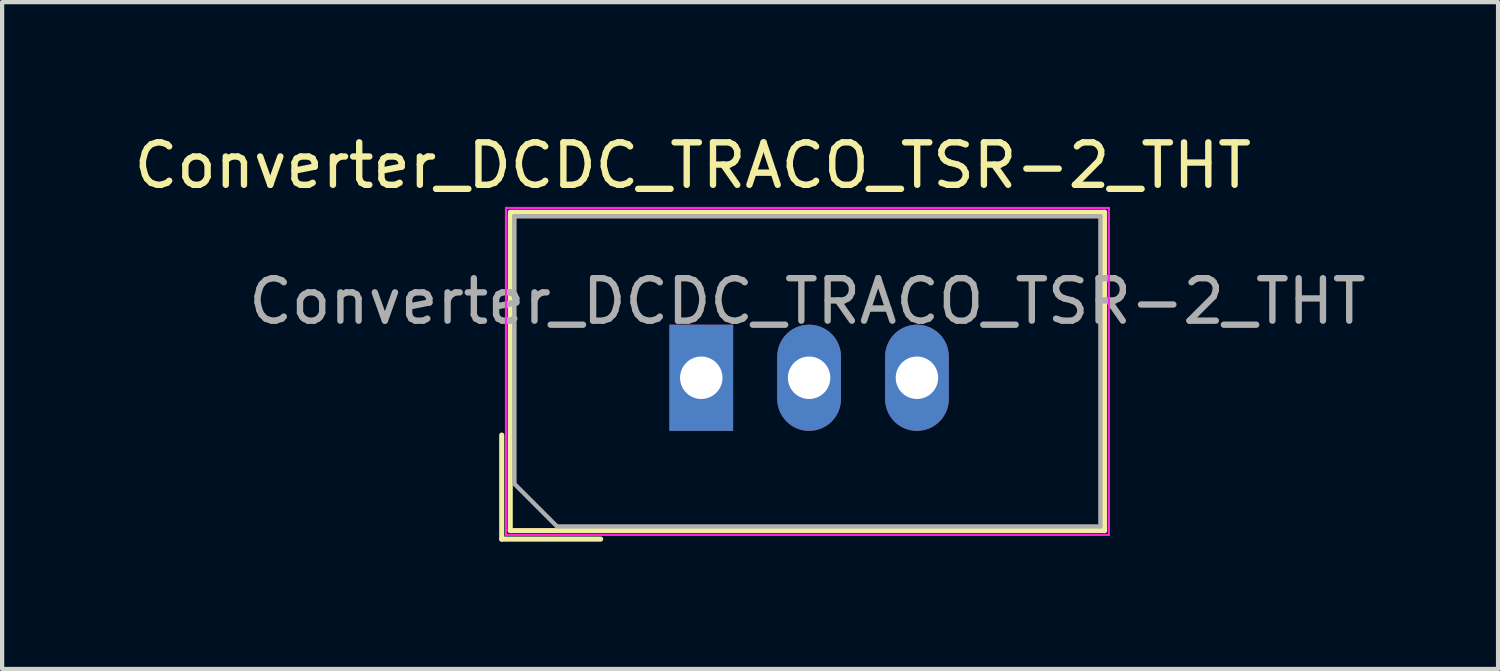
<source format=kicad_pcb>
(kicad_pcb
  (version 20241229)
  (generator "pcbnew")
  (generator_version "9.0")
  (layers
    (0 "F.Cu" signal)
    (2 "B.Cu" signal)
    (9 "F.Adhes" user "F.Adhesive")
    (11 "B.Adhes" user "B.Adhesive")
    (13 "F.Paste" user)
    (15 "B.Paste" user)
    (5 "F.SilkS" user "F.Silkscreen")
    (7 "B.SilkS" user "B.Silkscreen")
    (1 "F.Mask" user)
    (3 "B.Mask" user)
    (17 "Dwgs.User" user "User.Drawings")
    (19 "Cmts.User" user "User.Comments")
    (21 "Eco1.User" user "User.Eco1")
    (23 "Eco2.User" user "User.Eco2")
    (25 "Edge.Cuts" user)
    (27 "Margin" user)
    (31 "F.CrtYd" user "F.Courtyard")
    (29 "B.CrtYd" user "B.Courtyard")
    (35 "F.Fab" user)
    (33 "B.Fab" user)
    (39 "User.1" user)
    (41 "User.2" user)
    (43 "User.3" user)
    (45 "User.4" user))
  (footprint "Converter_DCDC_TRACO_TSR-2_THT"
    (layer "F.Cu")
    (at 13.468 5.848)
    (property "Reference" "Converter_DCDC_TRACO_TSR-2_THT" (at -0.2 -5 0) (layer "F.SilkS") (effects (font (size 1 1) (thickness 0.15))))
    (attr through_hole)
    (fp_line (start -4.7 1.35) (end -4.7 3.8) (stroke (width 0.12) (type solid)) (layer "F.SilkS"))
    (fp_line (start -4.7 3.8) (end -2.37 3.8) (stroke (width 0.12) (type solid)) (layer "F.SilkS"))
    (fp_line (start -4.5 -3.9) (end 9.5 -3.9) (stroke (width 0.12) (type solid)) (layer "F.SilkS"))
    (fp_line (start -4.5 3.6) (end -4.5 -3.85) (stroke (width 0.12) (type solid)) (layer "F.SilkS"))
    (fp_line (start 9.5 -3.9) (end 9.5 3.6) (stroke (width 0.12) (type solid)) (layer "F.SilkS"))
    (fp_line (start 9.5 3.6) (end -4.5 3.6) (stroke (width 0.12) (type solid)) (layer "F.SilkS"))
    (fp_line (start -4.6 -4) (end 9.6 -4) (stroke (width 0.05) (type solid)) (layer "F.CrtYd"))
    (fp_line (start -4.6 3.7) (end -4.6 -4) (stroke (width 0.05) (type solid)) (layer "F.CrtYd"))
    (fp_line (start 9.6 -4) (end 9.6 3.7) (stroke (width 0.05) (type solid)) (layer "F.CrtYd"))
    (fp_line (start 9.6 3.7) (end -4.6 3.7) (stroke (width 0.05) (type solid)) (layer "F.CrtYd"))
    (fp_line (start -4.4 -3.8) (end 9.4 -3.8) (stroke (width 0.1) (type solid)) (layer "F.Fab"))
    (fp_line (start -4.4 2.5) (end -4.4 -3.8) (stroke (width 0.1) (type solid)) (layer "F.Fab"))
    (fp_line (start -4.4 2.5) (end -3.4 3.5) (stroke (width 0.1) (type solid)) (layer "F.Fab"))
    (fp_line (start -3.4 3.5) (end 9.4 3.5) (stroke (width 0.1) (type solid)) (layer "F.Fab"))
    (fp_line (start 9.4 3.5) (end 9.4 -3.8) (stroke (width 0.1) (type solid)) (layer "F.Fab"))
    (fp_text user "${REFERENCE}" (at 2.5 -1.8 0) (layer "F.Fab") (effects (font (size 1 1) (thickness 0.15))))
    (pad "1" thru_hole rect (at 0 0) (size 1.5 2.5) (drill 1) (layers "*.Cu" "*.Mask"))
    (pad "2" thru_hole oval (at 2.54 0) (size 1.5 2.5) (drill 1) (layers "*.Cu" "*.Mask"))
    (pad "3" thru_hole oval (at 5.08 0) (size 1.5 2.5) (drill 1) (layers "*.Cu" "*.Mask")))
  (gr_rect
    (start -3 -3)
    (end 32.236 12.708)
    (stroke (width 0.1) (type default))
    (fill no)
    (layer "Edge.Cuts")))
</source>
